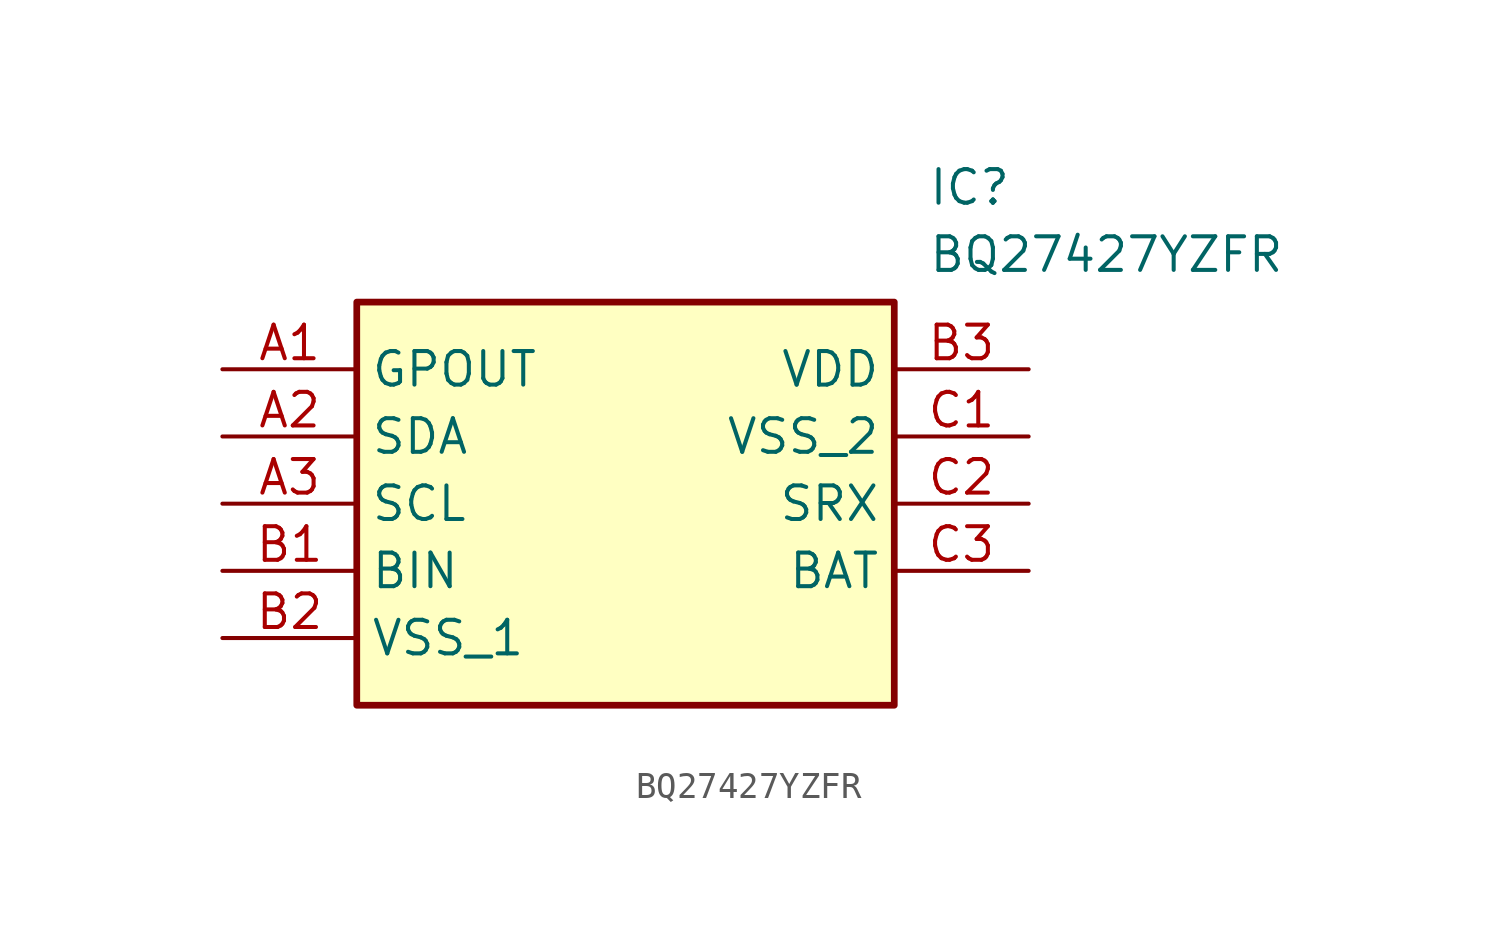
<source format=kicad_sym>
(kicad_symbol_lib
  (version 20211014)
  (generator SamacSys_ECAD_Model)
  (symbol "BQ27427YZFR"
    (property "Reference" "IC"
      (at 26.67 7.62 0)
      (effects (font (size 1.27 1.27)) (justify left top)))
    (property "Value" "BQ27427YZFR"
      (at 26.67 5.08 0)
      (effects (font (size 1.27 1.27)) (justify left top)))
    (rectangle
      (start 5.08 2.54)
      (end 25.4 -12.7)
      (stroke (width 0.254) (type default))
      (fill (type background)))
    (pin passive line
      (at 0 0 0)
      (length 5.08)
      (name "GPOUT" (effects (font (size 1.27 1.27))))
      (number "A1" (effects (font (size 1.27 1.27)))))
    (pin passive line
      (at 0 -2.54 0)
      (length 5.08)
      (name "SDA" (effects (font (size 1.27 1.27))))
      (number "A2" (effects (font (size 1.27 1.27)))))
    (pin passive line
      (at 0 -5.08 0)
      (length 5.08)
      (name "SCL" (effects (font (size 1.27 1.27))))
      (number "A3" (effects (font (size 1.27 1.27)))))
    (pin passive line
      (at 0 -7.62 0)
      (length 5.08)
      (name "BIN" (effects (font (size 1.27 1.27))))
      (number "B1" (effects (font (size 1.27 1.27)))))
    (pin passive line
      (at 0 -10.16 0)
      (length 5.08)
      (name "VSS_1" (effects (font (size 1.27 1.27))))
      (number "B2" (effects (font (size 1.27 1.27)))))
    (pin passive line
      (at 30.48 0 180)
      (length 5.08)
      (name "VDD" (effects (font (size 1.27 1.27))))
      (number "B3" (effects (font (size 1.27 1.27)))))
    (pin passive line
      (at 30.48 -2.54 180)
      (length 5.08)
      (name "VSS_2" (effects (font (size 1.27 1.27))))
      (number "C1" (effects (font (size 1.27 1.27)))))
    (pin passive line
      (at 30.48 -5.08 180)
      (length 5.08)
      (name "SRX" (effects (font (size 1.27 1.27))))
      (number "C2" (effects (font (size 1.27 1.27)))))
    (pin passive line
      (at 30.48 -7.62 180)
      (length 5.08)
      (name "BAT" (effects (font (size 1.27 1.27))))
      (number "C3" (effects (font (size 1.27 1.27)))))))
</source>
